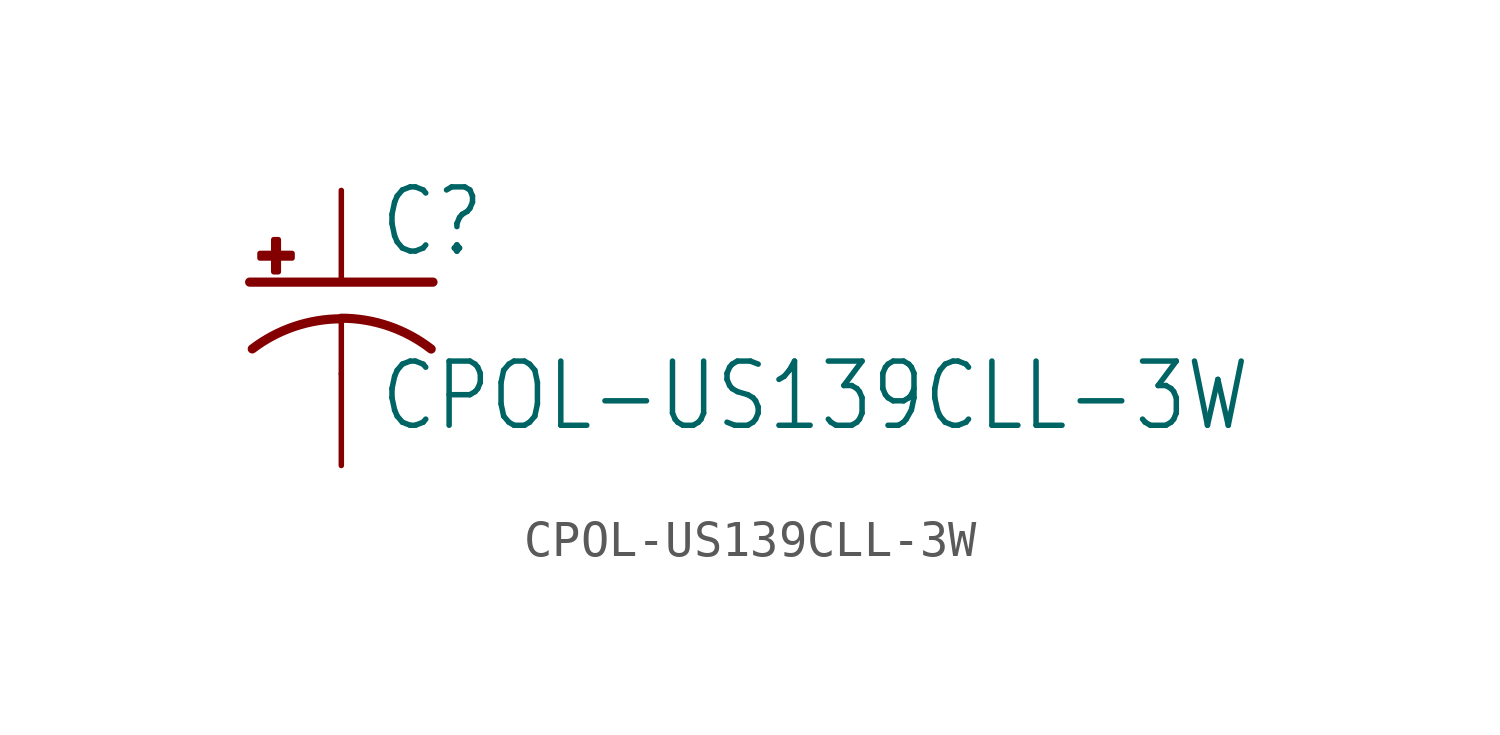
<source format=kicad_sym>
(kicad_symbol_lib
  (version 20220914)
  (generator kicad_symbol_editor)
  (symbol "CPOL-US139CLL-3W"
    (property "Reference" "C"
      (at 1.016 0.635 0)
      (effects (font (size 1.778 1.511)) (justify left bottom)))
    (property "Value" "CPOL-US139CLL-3W"
      (at 1.016 -4.191 0)
      (effects (font (size 1.778 1.511)) (justify left bottom)))
    (property "ki_locked" ""
      (at 0 0 0)
      (effects (font (size 1.27 1.27))))
    (symbol "CPOL-US139CLL-3W_1_0"
      (rectangle (start -2.253 0.668) (end -1.364 0.795) (stroke (width 0) (type default)) (fill (type outline)))
      (rectangle (start -1.872 0.287) (end -1.745 1.176) (stroke (width 0) (type default)) (fill (type outline)))
      (arc (start 0 -1.0161) (mid -1.3021 -1.2302) (end -2.4669 -1.8504) (stroke (width 0.254) (type default)) (fill (type none)))
      (polyline (pts (xy -2.54 0) (xy 2.54 0)) (stroke (width 0.254) (type default)) (fill (type none)))
      (polyline (pts (xy 0 -1.016) (xy 0 -2.54)) (stroke (width 0.152) (type default)) (fill (type none)))
      (arc (start 2.4892 -1.8542) (mid 1.3158 -1.2195) (end 0 -1) (stroke (width 0.254) (type default)) (fill (type none)))
      (pin passive line (at 0 2.54 270) (length 2.54) (name "+" (effects (font (size 0 0)))) (number "+" (effects (font (size 0 0)))))
      (pin passive line (at 0 -5.08 90) (length 2.54) (name "-" (effects (font (size 0 0)))) (number "-" (effects (font (size 0 0))))))))
</source>
